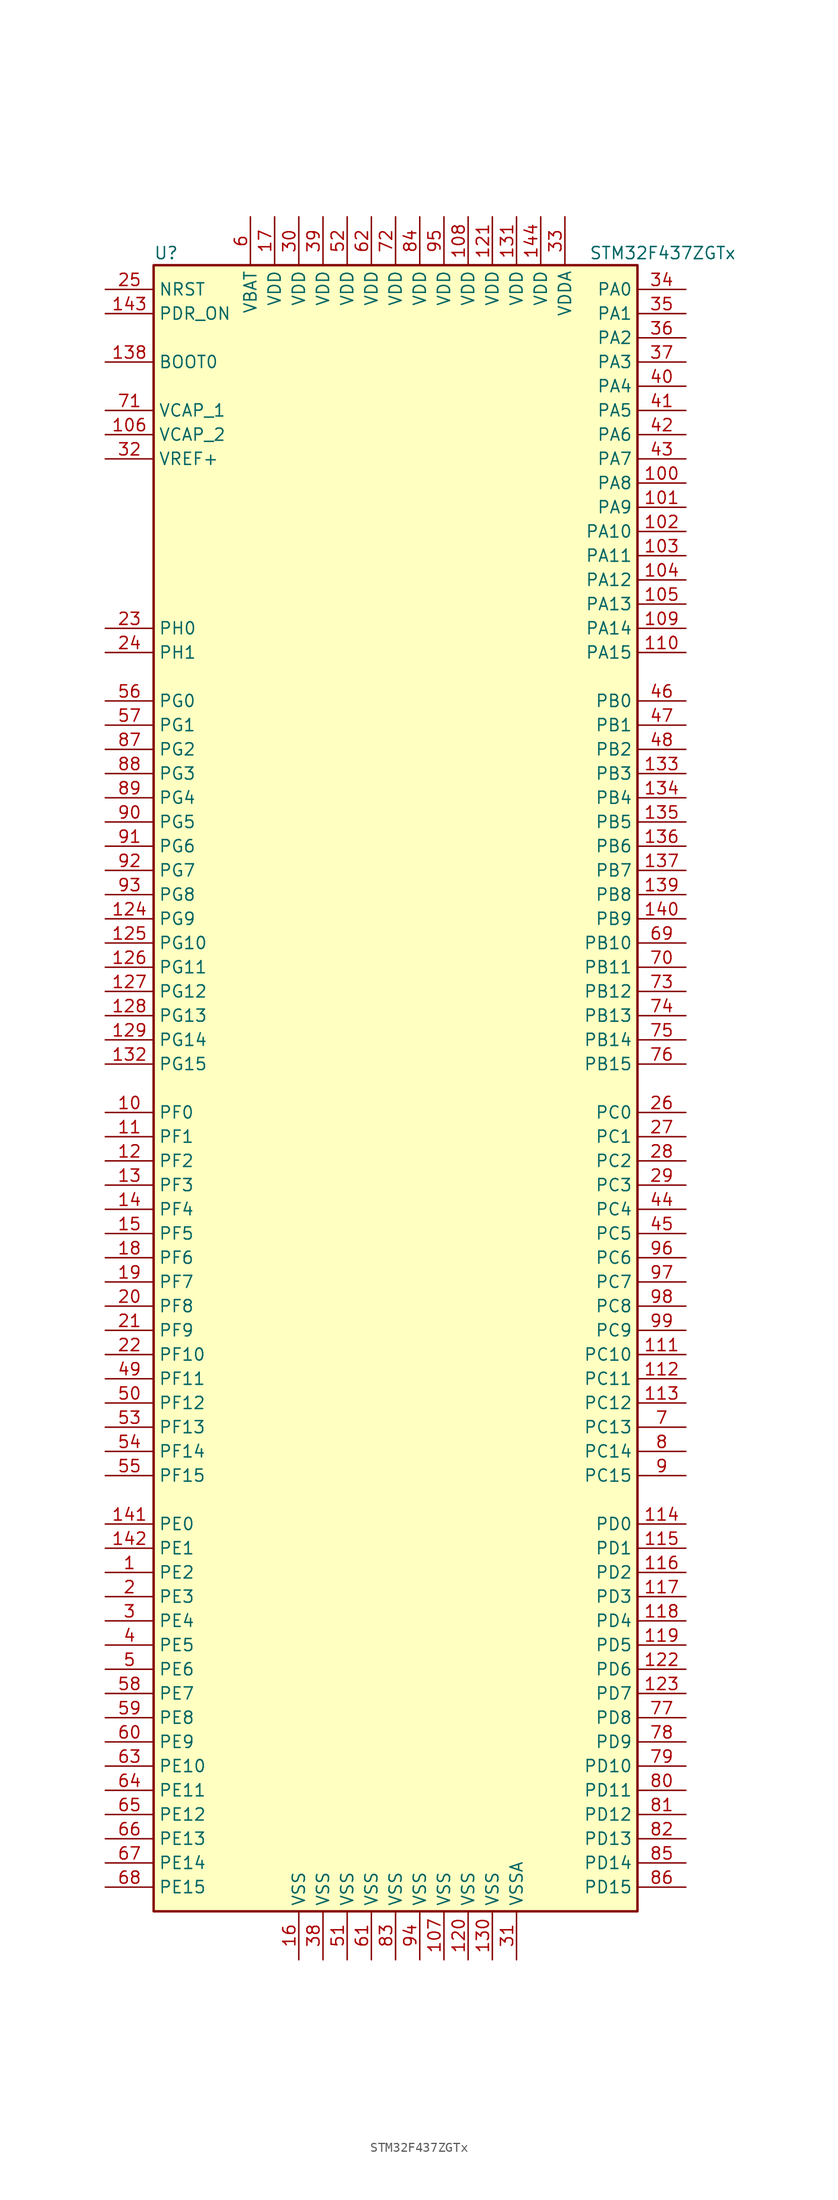
<source format=kicad_sym>
(kicad_symbol_lib
  (version 20201005)
  (generator kicad_symbol_editor)
  (symbol "STM32F437ZGTx"
    (property "Reference" "U"
      (at -25.4 87.63 0)
      (effects (font (size 1.27 1.27)) (justify left)))
    (property "Value" "STM32F437ZGTx"
      (at 20.32 87.63 0)
      (effects (font (size 1.27 1.27)) (justify left)))
    (symbol "STM32F437ZGTx_0_1"
      (rectangle (start -25.4 -86.36) (end 25.4 86.36) (stroke (width 0.254)) (fill (type background))))
    (symbol "STM32F437ZGTx_1_1"
      (pin bidirectional line (at -30.48 -50.8 0) (length 5.08) (name "PE2" (effects (font (size 1.27 1.27)))) (number "1" (effects (font (size 1.27 1.27)))))
      (pin bidirectional line (at -30.48 -2.54 0) (length 5.08) (name "PF0" (effects (font (size 1.27 1.27)))) (number "10" (effects (font (size 1.27 1.27)))))
      (pin bidirectional line (at 30.48 63.5 180) (length 5.08) (name "PA8" (effects (font (size 1.27 1.27)))) (number "100" (effects (font (size 1.27 1.27)))))
      (pin bidirectional line (at 30.48 60.96 180) (length 5.08) (name "PA9" (effects (font (size 1.27 1.27)))) (number "101" (effects (font (size 1.27 1.27)))))
      (pin bidirectional line (at 30.48 58.42 180) (length 5.08) (name "PA10" (effects (font (size 1.27 1.27)))) (number "102" (effects (font (size 1.27 1.27)))))
      (pin bidirectional line (at 30.48 55.88 180) (length 5.08) (name "PA11" (effects (font (size 1.27 1.27)))) (number "103" (effects (font (size 1.27 1.27)))))
      (pin bidirectional line (at 30.48 53.34 180) (length 5.08) (name "PA12" (effects (font (size 1.27 1.27)))) (number "104" (effects (font (size 1.27 1.27)))))
      (pin bidirectional line (at 30.48 50.8 180) (length 5.08) (name "PA13" (effects (font (size 1.27 1.27)))) (number "105" (effects (font (size 1.27 1.27)))))
      (pin power_in line (at -30.48 68.58 0) (length 5.08) (name "VCAP_2" (effects (font (size 1.27 1.27)))) (number "106" (effects (font (size 1.27 1.27)))))
      (pin power_in line (at 5.08 -91.44 90) (length 5.08) (name "VSS" (effects (font (size 1.27 1.27)))) (number "107" (effects (font (size 1.27 1.27)))))
      (pin power_in line (at 7.62 91.44 270) (length 5.08) (name "VDD" (effects (font (size 1.27 1.27)))) (number "108" (effects (font (size 1.27 1.27)))))
      (pin bidirectional line (at 30.48 48.26 180) (length 5.08) (name "PA14" (effects (font (size 1.27 1.27)))) (number "109" (effects (font (size 1.27 1.27)))))
      (pin bidirectional line (at -30.48 -5.08 0) (length 5.08) (name "PF1" (effects (font (size 1.27 1.27)))) (number "11" (effects (font (size 1.27 1.27)))))
      (pin bidirectional line (at 30.48 45.72 180) (length 5.08) (name "PA15" (effects (font (size 1.27 1.27)))) (number "110" (effects (font (size 1.27 1.27)))))
      (pin bidirectional line (at 30.48 -27.94 180) (length 5.08) (name "PC10" (effects (font (size 1.27 1.27)))) (number "111" (effects (font (size 1.27 1.27)))))
      (pin bidirectional line (at 30.48 -30.48 180) (length 5.08) (name "PC11" (effects (font (size 1.27 1.27)))) (number "112" (effects (font (size 1.27 1.27)))))
      (pin bidirectional line (at 30.48 -33.02 180) (length 5.08) (name "PC12" (effects (font (size 1.27 1.27)))) (number "113" (effects (font (size 1.27 1.27)))))
      (pin bidirectional line (at 30.48 -45.72 180) (length 5.08) (name "PD0" (effects (font (size 1.27 1.27)))) (number "114" (effects (font (size 1.27 1.27)))))
      (pin bidirectional line (at 30.48 -48.26 180) (length 5.08) (name "PD1" (effects (font (size 1.27 1.27)))) (number "115" (effects (font (size 1.27 1.27)))))
      (pin bidirectional line (at 30.48 -50.8 180) (length 5.08) (name "PD2" (effects (font (size 1.27 1.27)))) (number "116" (effects (font (size 1.27 1.27)))))
      (pin bidirectional line (at 30.48 -53.34 180) (length 5.08) (name "PD3" (effects (font (size 1.27 1.27)))) (number "117" (effects (font (size 1.27 1.27)))))
      (pin bidirectional line (at 30.48 -55.88 180) (length 5.08) (name "PD4" (effects (font (size 1.27 1.27)))) (number "118" (effects (font (size 1.27 1.27)))))
      (pin bidirectional line (at 30.48 -58.42 180) (length 5.08) (name "PD5" (effects (font (size 1.27 1.27)))) (number "119" (effects (font (size 1.27 1.27)))))
      (pin bidirectional line (at -30.48 -7.62 0) (length 5.08) (name "PF2" (effects (font (size 1.27 1.27)))) (number "12" (effects (font (size 1.27 1.27)))))
      (pin power_in line (at 7.62 -91.44 90) (length 5.08) (name "VSS" (effects (font (size 1.27 1.27)))) (number "120" (effects (font (size 1.27 1.27)))))
      (pin power_in line (at 10.16 91.44 270) (length 5.08) (name "VDD" (effects (font (size 1.27 1.27)))) (number "121" (effects (font (size 1.27 1.27)))))
      (pin bidirectional line (at 30.48 -60.96 180) (length 5.08) (name "PD6" (effects (font (size 1.27 1.27)))) (number "122" (effects (font (size 1.27 1.27)))))
      (pin bidirectional line (at 30.48 -63.5 180) (length 5.08) (name "PD7" (effects (font (size 1.27 1.27)))) (number "123" (effects (font (size 1.27 1.27)))))
      (pin bidirectional line (at -30.48 17.78 0) (length 5.08) (name "PG9" (effects (font (size 1.27 1.27)))) (number "124" (effects (font (size 1.27 1.27)))))
      (pin bidirectional line (at -30.48 15.24 0) (length 5.08) (name "PG10" (effects (font (size 1.27 1.27)))) (number "125" (effects (font (size 1.27 1.27)))))
      (pin bidirectional line (at -30.48 12.7 0) (length 5.08) (name "PG11" (effects (font (size 1.27 1.27)))) (number "126" (effects (font (size 1.27 1.27)))))
      (pin bidirectional line (at -30.48 10.16 0) (length 5.08) (name "PG12" (effects (font (size 1.27 1.27)))) (number "127" (effects (font (size 1.27 1.27)))))
      (pin bidirectional line (at -30.48 7.62 0) (length 5.08) (name "PG13" (effects (font (size 1.27 1.27)))) (number "128" (effects (font (size 1.27 1.27)))))
      (pin bidirectional line (at -30.48 5.08 0) (length 5.08) (name "PG14" (effects (font (size 1.27 1.27)))) (number "129" (effects (font (size 1.27 1.27)))))
      (pin bidirectional line (at -30.48 -10.16 0) (length 5.08) (name "PF3" (effects (font (size 1.27 1.27)))) (number "13" (effects (font (size 1.27 1.27)))))
      (pin power_in line (at 10.16 -91.44 90) (length 5.08) (name "VSS" (effects (font (size 1.27 1.27)))) (number "130" (effects (font (size 1.27 1.27)))))
      (pin power_in line (at 12.7 91.44 270) (length 5.08) (name "VDD" (effects (font (size 1.27 1.27)))) (number "131" (effects (font (size 1.27 1.27)))))
      (pin bidirectional line (at -30.48 2.54 0) (length 5.08) (name "PG15" (effects (font (size 1.27 1.27)))) (number "132" (effects (font (size 1.27 1.27)))))
      (pin bidirectional line (at 30.48 33.02 180) (length 5.08) (name "PB3" (effects (font (size 1.27 1.27)))) (number "133" (effects (font (size 1.27 1.27)))))
      (pin bidirectional line (at 30.48 30.48 180) (length 5.08) (name "PB4" (effects (font (size 1.27 1.27)))) (number "134" (effects (font (size 1.27 1.27)))))
      (pin bidirectional line (at 30.48 27.94 180) (length 5.08) (name "PB5" (effects (font (size 1.27 1.27)))) (number "135" (effects (font (size 1.27 1.27)))))
      (pin bidirectional line (at 30.48 25.4 180) (length 5.08) (name "PB6" (effects (font (size 1.27 1.27)))) (number "136" (effects (font (size 1.27 1.27)))))
      (pin bidirectional line (at 30.48 22.86 180) (length 5.08) (name "PB7" (effects (font (size 1.27 1.27)))) (number "137" (effects (font (size 1.27 1.27)))))
      (pin input line (at -30.48 76.2 0) (length 5.08) (name "BOOT0" (effects (font (size 1.27 1.27)))) (number "138" (effects (font (size 1.27 1.27)))))
      (pin bidirectional line (at 30.48 20.32 180) (length 5.08) (name "PB8" (effects (font (size 1.27 1.27)))) (number "139" (effects (font (size 1.27 1.27)))))
      (pin bidirectional line (at -30.48 -12.7 0) (length 5.08) (name "PF4" (effects (font (size 1.27 1.27)))) (number "14" (effects (font (size 1.27 1.27)))))
      (pin bidirectional line (at 30.48 17.78 180) (length 5.08) (name "PB9" (effects (font (size 1.27 1.27)))) (number "140" (effects (font (size 1.27 1.27)))))
      (pin bidirectional line (at -30.48 -45.72 0) (length 5.08) (name "PE0" (effects (font (size 1.27 1.27)))) (number "141" (effects (font (size 1.27 1.27)))))
      (pin bidirectional line (at -30.48 -48.26 0) (length 5.08) (name "PE1" (effects (font (size 1.27 1.27)))) (number "142" (effects (font (size 1.27 1.27)))))
      (pin input line (at -30.48 81.28 0) (length 5.08) (name "PDR_ON" (effects (font (size 1.27 1.27)))) (number "143" (effects (font (size 1.27 1.27)))))
      (pin power_in line (at 15.24 91.44 270) (length 5.08) (name "VDD" (effects (font (size 1.27 1.27)))) (number "144" (effects (font (size 1.27 1.27)))))
      (pin bidirectional line (at -30.48 -15.24 0) (length 5.08) (name "PF5" (effects (font (size 1.27 1.27)))) (number "15" (effects (font (size 1.27 1.27)))))
      (pin power_in line (at -10.16 -91.44 90) (length 5.08) (name "VSS" (effects (font (size 1.27 1.27)))) (number "16" (effects (font (size 1.27 1.27)))))
      (pin power_in line (at -12.7 91.44 270) (length 5.08) (name "VDD" (effects (font (size 1.27 1.27)))) (number "17" (effects (font (size 1.27 1.27)))))
      (pin bidirectional line (at -30.48 -17.78 0) (length 5.08) (name "PF6" (effects (font (size 1.27 1.27)))) (number "18" (effects (font (size 1.27 1.27)))))
      (pin bidirectional line (at -30.48 -20.32 0) (length 5.08) (name "PF7" (effects (font (size 1.27 1.27)))) (number "19" (effects (font (size 1.27 1.27)))))
      (pin bidirectional line (at -30.48 -53.34 0) (length 5.08) (name "PE3" (effects (font (size 1.27 1.27)))) (number "2" (effects (font (size 1.27 1.27)))))
      (pin bidirectional line (at -30.48 -22.86 0) (length 5.08) (name "PF8" (effects (font (size 1.27 1.27)))) (number "20" (effects (font (size 1.27 1.27)))))
      (pin bidirectional line (at -30.48 -25.4 0) (length 5.08) (name "PF9" (effects (font (size 1.27 1.27)))) (number "21" (effects (font (size 1.27 1.27)))))
      (pin bidirectional line (at -30.48 -27.94 0) (length 5.08) (name "PF10" (effects (font (size 1.27 1.27)))) (number "22" (effects (font (size 1.27 1.27)))))
      (pin input line (at -30.48 48.26 0) (length 5.08) (name "PH0" (effects (font (size 1.27 1.27)))) (number "23" (effects (font (size 1.27 1.27)))))
      (pin input line (at -30.48 45.72 0) (length 5.08) (name "PH1" (effects (font (size 1.27 1.27)))) (number "24" (effects (font (size 1.27 1.27)))))
      (pin input line (at -30.48 83.82 0) (length 5.08) (name "NRST" (effects (font (size 1.27 1.27)))) (number "25" (effects (font (size 1.27 1.27)))))
      (pin bidirectional line (at 30.48 -2.54 180) (length 5.08) (name "PC0" (effects (font (size 1.27 1.27)))) (number "26" (effects (font (size 1.27 1.27)))))
      (pin bidirectional line (at 30.48 -5.08 180) (length 5.08) (name "PC1" (effects (font (size 1.27 1.27)))) (number "27" (effects (font (size 1.27 1.27)))))
      (pin bidirectional line (at 30.48 -7.62 180) (length 5.08) (name "PC2" (effects (font (size 1.27 1.27)))) (number "28" (effects (font (size 1.27 1.27)))))
      (pin bidirectional line (at 30.48 -10.16 180) (length 5.08) (name "PC3" (effects (font (size 1.27 1.27)))) (number "29" (effects (font (size 1.27 1.27)))))
      (pin bidirectional line (at -30.48 -55.88 0) (length 5.08) (name "PE4" (effects (font (size 1.27 1.27)))) (number "3" (effects (font (size 1.27 1.27)))))
      (pin power_in line (at -10.16 91.44 270) (length 5.08) (name "VDD" (effects (font (size 1.27 1.27)))) (number "30" (effects (font (size 1.27 1.27)))))
      (pin power_in line (at 12.7 -91.44 90) (length 5.08) (name "VSSA" (effects (font (size 1.27 1.27)))) (number "31" (effects (font (size 1.27 1.27)))))
      (pin power_in line (at -30.48 66.04 0) (length 5.08) (name "VREF+" (effects (font (size 1.27 1.27)))) (number "32" (effects (font (size 1.27 1.27)))))
      (pin power_in line (at 17.78 91.44 270) (length 5.08) (name "VDDA" (effects (font (size 1.27 1.27)))) (number "33" (effects (font (size 1.27 1.27)))))
      (pin bidirectional line (at 30.48 83.82 180) (length 5.08) (name "PA0" (effects (font (size 1.27 1.27)))) (number "34" (effects (font (size 1.27 1.27)))))
      (pin bidirectional line (at 30.48 81.28 180) (length 5.08) (name "PA1" (effects (font (size 1.27 1.27)))) (number "35" (effects (font (size 1.27 1.27)))))
      (pin bidirectional line (at 30.48 78.74 180) (length 5.08) (name "PA2" (effects (font (size 1.27 1.27)))) (number "36" (effects (font (size 1.27 1.27)))))
      (pin bidirectional line (at 30.48 76.2 180) (length 5.08) (name "PA3" (effects (font (size 1.27 1.27)))) (number "37" (effects (font (size 1.27 1.27)))))
      (pin power_in line (at -7.62 -91.44 90) (length 5.08) (name "VSS" (effects (font (size 1.27 1.27)))) (number "38" (effects (font (size 1.27 1.27)))))
      (pin power_in line (at -7.62 91.44 270) (length 5.08) (name "VDD" (effects (font (size 1.27 1.27)))) (number "39" (effects (font (size 1.27 1.27)))))
      (pin bidirectional line (at -30.48 -58.42 0) (length 5.08) (name "PE5" (effects (font (size 1.27 1.27)))) (number "4" (effects (font (size 1.27 1.27)))))
      (pin bidirectional line (at 30.48 73.66 180) (length 5.08) (name "PA4" (effects (font (size 1.27 1.27)))) (number "40" (effects (font (size 1.27 1.27)))))
      (pin bidirectional line (at 30.48 71.12 180) (length 5.08) (name "PA5" (effects (font (size 1.27 1.27)))) (number "41" (effects (font (size 1.27 1.27)))))
      (pin bidirectional line (at 30.48 68.58 180) (length 5.08) (name "PA6" (effects (font (size 1.27 1.27)))) (number "42" (effects (font (size 1.27 1.27)))))
      (pin bidirectional line (at 30.48 66.04 180) (length 5.08) (name "PA7" (effects (font (size 1.27 1.27)))) (number "43" (effects (font (size 1.27 1.27)))))
      (pin bidirectional line (at 30.48 -12.7 180) (length 5.08) (name "PC4" (effects (font (size 1.27 1.27)))) (number "44" (effects (font (size 1.27 1.27)))))
      (pin bidirectional line (at 30.48 -15.24 180) (length 5.08) (name "PC5" (effects (font (size 1.27 1.27)))) (number "45" (effects (font (size 1.27 1.27)))))
      (pin bidirectional line (at 30.48 40.64 180) (length 5.08) (name "PB0" (effects (font (size 1.27 1.27)))) (number "46" (effects (font (size 1.27 1.27)))))
      (pin bidirectional line (at 30.48 38.1 180) (length 5.08) (name "PB1" (effects (font (size 1.27 1.27)))) (number "47" (effects (font (size 1.27 1.27)))))
      (pin bidirectional line (at 30.48 35.56 180) (length 5.08) (name "PB2" (effects (font (size 1.27 1.27)))) (number "48" (effects (font (size 1.27 1.27)))))
      (pin bidirectional line (at -30.48 -30.48 0) (length 5.08) (name "PF11" (effects (font (size 1.27 1.27)))) (number "49" (effects (font (size 1.27 1.27)))))
      (pin bidirectional line (at -30.48 -60.96 0) (length 5.08) (name "PE6" (effects (font (size 1.27 1.27)))) (number "5" (effects (font (size 1.27 1.27)))))
      (pin bidirectional line (at -30.48 -33.02 0) (length 5.08) (name "PF12" (effects (font (size 1.27 1.27)))) (number "50" (effects (font (size 1.27 1.27)))))
      (pin power_in line (at -5.08 -91.44 90) (length 5.08) (name "VSS" (effects (font (size 1.27 1.27)))) (number "51" (effects (font (size 1.27 1.27)))))
      (pin power_in line (at -5.08 91.44 270) (length 5.08) (name "VDD" (effects (font (size 1.27 1.27)))) (number "52" (effects (font (size 1.27 1.27)))))
      (pin bidirectional line (at -30.48 -35.56 0) (length 5.08) (name "PF13" (effects (font (size 1.27 1.27)))) (number "53" (effects (font (size 1.27 1.27)))))
      (pin bidirectional line (at -30.48 -38.1 0) (length 5.08) (name "PF14" (effects (font (size 1.27 1.27)))) (number "54" (effects (font (size 1.27 1.27)))))
      (pin bidirectional line (at -30.48 -40.64 0) (length 5.08) (name "PF15" (effects (font (size 1.27 1.27)))) (number "55" (effects (font (size 1.27 1.27)))))
      (pin bidirectional line (at -30.48 40.64 0) (length 5.08) (name "PG0" (effects (font (size 1.27 1.27)))) (number "56" (effects (font (size 1.27 1.27)))))
      (pin bidirectional line (at -30.48 38.1 0) (length 5.08) (name "PG1" (effects (font (size 1.27 1.27)))) (number "57" (effects (font (size 1.27 1.27)))))
      (pin bidirectional line (at -30.48 -63.5 0) (length 5.08) (name "PE7" (effects (font (size 1.27 1.27)))) (number "58" (effects (font (size 1.27 1.27)))))
      (pin bidirectional line (at -30.48 -66.04 0) (length 5.08) (name "PE8" (effects (font (size 1.27 1.27)))) (number "59" (effects (font (size 1.27 1.27)))))
      (pin power_in line (at -15.24 91.44 270) (length 5.08) (name "VBAT" (effects (font (size 1.27 1.27)))) (number "6" (effects (font (size 1.27 1.27)))))
      (pin bidirectional line (at -30.48 -68.58 0) (length 5.08) (name "PE9" (effects (font (size 1.27 1.27)))) (number "60" (effects (font (size 1.27 1.27)))))
      (pin power_in line (at -2.54 -91.44 90) (length 5.08) (name "VSS" (effects (font (size 1.27 1.27)))) (number "61" (effects (font (size 1.27 1.27)))))
      (pin power_in line (at -2.54 91.44 270) (length 5.08) (name "VDD" (effects (font (size 1.27 1.27)))) (number "62" (effects (font (size 1.27 1.27)))))
      (pin bidirectional line (at -30.48 -71.12 0) (length 5.08) (name "PE10" (effects (font (size 1.27 1.27)))) (number "63" (effects (font (size 1.27 1.27)))))
      (pin bidirectional line (at -30.48 -73.66 0) (length 5.08) (name "PE11" (effects (font (size 1.27 1.27)))) (number "64" (effects (font (size 1.27 1.27)))))
      (pin bidirectional line (at -30.48 -76.2 0) (length 5.08) (name "PE12" (effects (font (size 1.27 1.27)))) (number "65" (effects (font (size 1.27 1.27)))))
      (pin bidirectional line (at -30.48 -78.74 0) (length 5.08) (name "PE13" (effects (font (size 1.27 1.27)))) (number "66" (effects (font (size 1.27 1.27)))))
      (pin bidirectional line (at -30.48 -81.28 0) (length 5.08) (name "PE14" (effects (font (size 1.27 1.27)))) (number "67" (effects (font (size 1.27 1.27)))))
      (pin bidirectional line (at -30.48 -83.82 0) (length 5.08) (name "PE15" (effects (font (size 1.27 1.27)))) (number "68" (effects (font (size 1.27 1.27)))))
      (pin bidirectional line (at 30.48 15.24 180) (length 5.08) (name "PB10" (effects (font (size 1.27 1.27)))) (number "69" (effects (font (size 1.27 1.27)))))
      (pin bidirectional line (at 30.48 -35.56 180) (length 5.08) (name "PC13" (effects (font (size 1.27 1.27)))) (number "7" (effects (font (size 1.27 1.27)))))
      (pin bidirectional line (at 30.48 12.7 180) (length 5.08) (name "PB11" (effects (font (size 1.27 1.27)))) (number "70" (effects (font (size 1.27 1.27)))))
      (pin power_in line (at -30.48 71.12 0) (length 5.08) (name "VCAP_1" (effects (font (size 1.27 1.27)))) (number "71" (effects (font (size 1.27 1.27)))))
      (pin power_in line (at 0 91.44 270) (length 5.08) (name "VDD" (effects (font (size 1.27 1.27)))) (number "72" (effects (font (size 1.27 1.27)))))
      (pin bidirectional line (at 30.48 10.16 180) (length 5.08) (name "PB12" (effects (font (size 1.27 1.27)))) (number "73" (effects (font (size 1.27 1.27)))))
      (pin bidirectional line (at 30.48 7.62 180) (length 5.08) (name "PB13" (effects (font (size 1.27 1.27)))) (number "74" (effects (font (size 1.27 1.27)))))
      (pin bidirectional line (at 30.48 5.08 180) (length 5.08) (name "PB14" (effects (font (size 1.27 1.27)))) (number "75" (effects (font (size 1.27 1.27)))))
      (pin bidirectional line (at 30.48 2.54 180) (length 5.08) (name "PB15" (effects (font (size 1.27 1.27)))) (number "76" (effects (font (size 1.27 1.27)))))
      (pin bidirectional line (at 30.48 -66.04 180) (length 5.08) (name "PD8" (effects (font (size 1.27 1.27)))) (number "77" (effects (font (size 1.27 1.27)))))
      (pin bidirectional line (at 30.48 -68.58 180) (length 5.08) (name "PD9" (effects (font (size 1.27 1.27)))) (number "78" (effects (font (size 1.27 1.27)))))
      (pin bidirectional line (at 30.48 -71.12 180) (length 5.08) (name "PD10" (effects (font (size 1.27 1.27)))) (number "79" (effects (font (size 1.27 1.27)))))
      (pin bidirectional line (at 30.48 -38.1 180) (length 5.08) (name "PC14" (effects (font (size 1.27 1.27)))) (number "8" (effects (font (size 1.27 1.27)))))
      (pin bidirectional line (at 30.48 -73.66 180) (length 5.08) (name "PD11" (effects (font (size 1.27 1.27)))) (number "80" (effects (font (size 1.27 1.27)))))
      (pin bidirectional line (at 30.48 -76.2 180) (length 5.08) (name "PD12" (effects (font (size 1.27 1.27)))) (number "81" (effects (font (size 1.27 1.27)))))
      (pin bidirectional line (at 30.48 -78.74 180) (length 5.08) (name "PD13" (effects (font (size 1.27 1.27)))) (number "82" (effects (font (size 1.27 1.27)))))
      (pin power_in line (at 0 -91.44 90) (length 5.08) (name "VSS" (effects (font (size 1.27 1.27)))) (number "83" (effects (font (size 1.27 1.27)))))
      (pin power_in line (at 2.54 91.44 270) (length 5.08) (name "VDD" (effects (font (size 1.27 1.27)))) (number "84" (effects (font (size 1.27 1.27)))))
      (pin bidirectional line (at 30.48 -81.28 180) (length 5.08) (name "PD14" (effects (font (size 1.27 1.27)))) (number "85" (effects (font (size 1.27 1.27)))))
      (pin bidirectional line (at 30.48 -83.82 180) (length 5.08) (name "PD15" (effects (font (size 1.27 1.27)))) (number "86" (effects (font (size 1.27 1.27)))))
      (pin bidirectional line (at -30.48 35.56 0) (length 5.08) (name "PG2" (effects (font (size 1.27 1.27)))) (number "87" (effects (font (size 1.27 1.27)))))
      (pin bidirectional line (at -30.48 33.02 0) (length 5.08) (name "PG3" (effects (font (size 1.27 1.27)))) (number "88" (effects (font (size 1.27 1.27)))))
      (pin bidirectional line (at -30.48 30.48 0) (length 5.08) (name "PG4" (effects (font (size 1.27 1.27)))) (number "89" (effects (font (size 1.27 1.27)))))
      (pin bidirectional line (at 30.48 -40.64 180) (length 5.08) (name "PC15" (effects (font (size 1.27 1.27)))) (number "9" (effects (font (size 1.27 1.27)))))
      (pin bidirectional line (at -30.48 27.94 0) (length 5.08) (name "PG5" (effects (font (size 1.27 1.27)))) (number "90" (effects (font (size 1.27 1.27)))))
      (pin bidirectional line (at -30.48 25.4 0) (length 5.08) (name "PG6" (effects (font (size 1.27 1.27)))) (number "91" (effects (font (size 1.27 1.27)))))
      (pin bidirectional line (at -30.48 22.86 0) (length 5.08) (name "PG7" (effects (font (size 1.27 1.27)))) (number "92" (effects (font (size 1.27 1.27)))))
      (pin bidirectional line (at -30.48 20.32 0) (length 5.08) (name "PG8" (effects (font (size 1.27 1.27)))) (number "93" (effects (font (size 1.27 1.27)))))
      (pin power_in line (at 2.54 -91.44 90) (length 5.08) (name "VSS" (effects (font (size 1.27 1.27)))) (number "94" (effects (font (size 1.27 1.27)))))
      (pin power_in line (at 5.08 91.44 270) (length 5.08) (name "VDD" (effects (font (size 1.27 1.27)))) (number "95" (effects (font (size 1.27 1.27)))))
      (pin bidirectional line (at 30.48 -17.78 180) (length 5.08) (name "PC6" (effects (font (size 1.27 1.27)))) (number "96" (effects (font (size 1.27 1.27)))))
      (pin bidirectional line (at 30.48 -20.32 180) (length 5.08) (name "PC7" (effects (font (size 1.27 1.27)))) (number "97" (effects (font (size 1.27 1.27)))))
      (pin bidirectional line (at 30.48 -22.86 180) (length 5.08) (name "PC8" (effects (font (size 1.27 1.27)))) (number "98" (effects (font (size 1.27 1.27)))))
      (pin bidirectional line (at 30.48 -25.4 180) (length 5.08) (name "PC9" (effects (font (size 1.27 1.27)))) (number "99" (effects (font (size 1.27 1.27))))))))
</source>
